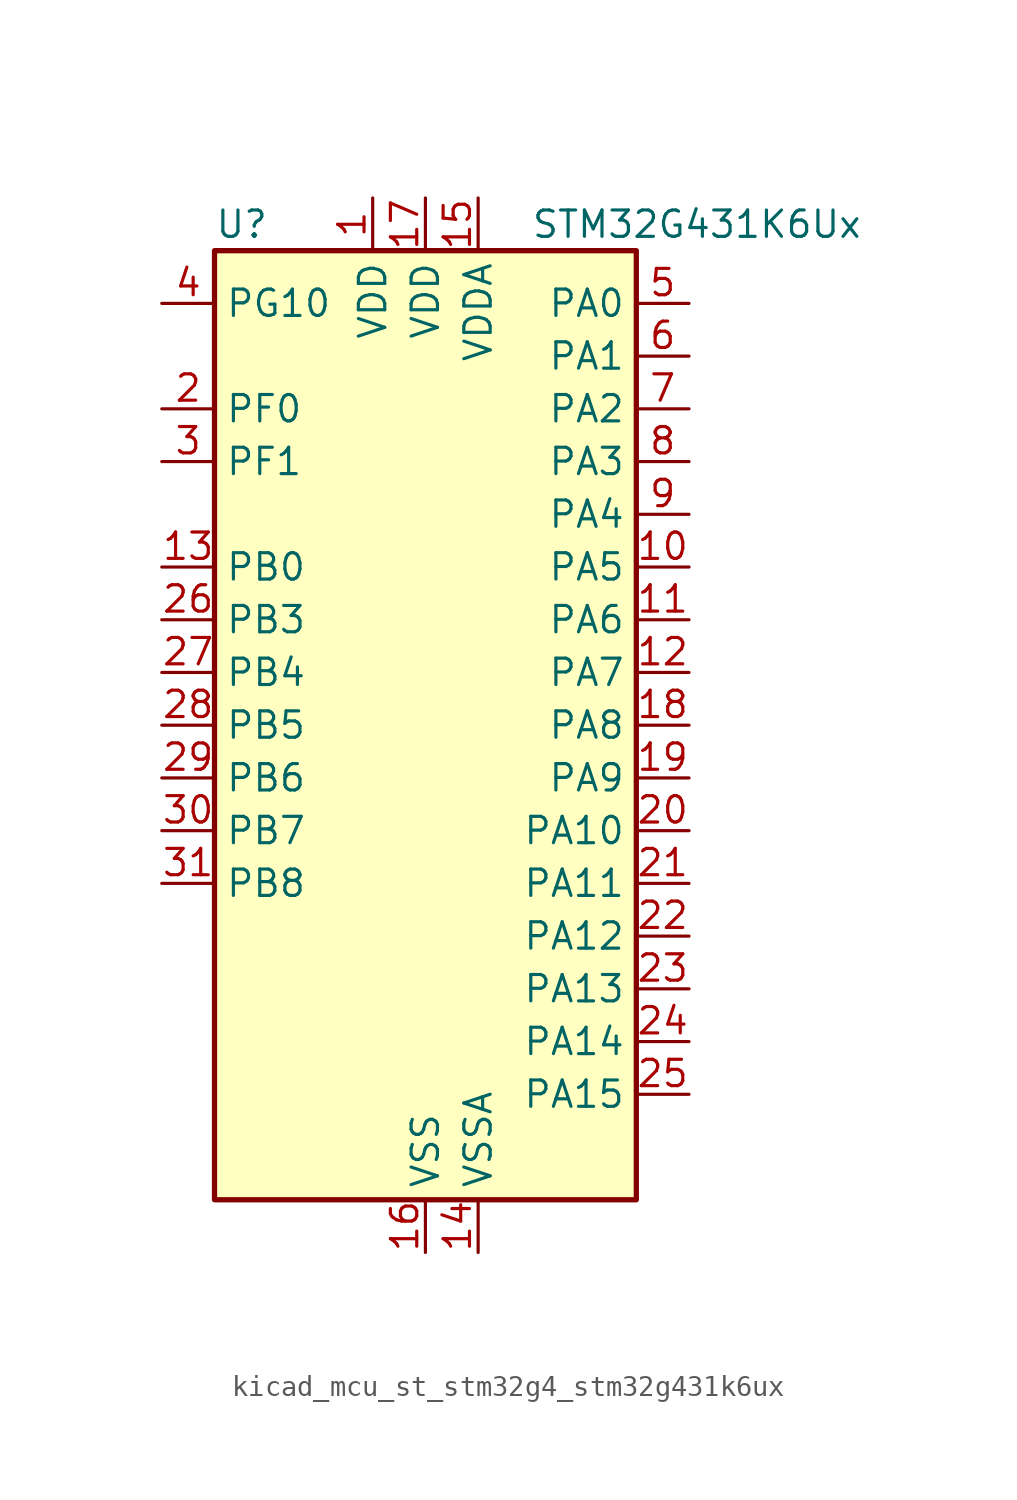
<source format=kicad_sym>
(kicad_symbol_lib
  (version 20220914)
  (generator kicad_symbol_editor)
  (symbol "kicad_mcu_st_stm32g4_stm32g431k6ux"
    (property "Reference" "U"
      (at -10.16 24.13 0)
      (effects (font (size 1.27 1.27)) (justify left)))
    (property "Value" "STM32G431K6Ux"
      (at 5.08 24.13 0)
      (effects (font (size 1.27 1.27)) (justify left)))
    (property "ki_locked" ""
      (at 0 0 0)
      (effects (font (size 1.27 1.27))))
    (symbol "kicad_mcu_st_stm32g4_stm32g431k6ux_0_1"
      (rectangle (start -10.16 -22.86) (end 10.16 22.86) (stroke (width 0.254) (type default)) (fill (type background))))
    (symbol "kicad_mcu_st_stm32g4_stm32g431k6ux_1_1"
      (pin power_in line (at -2.54 25.4 270) (length 2.54) (name "VDD" (effects (font (size 1.27 1.27)))) (number "1" (effects (font (size 1.27 1.27)))))
      (pin bidirectional line (at 12.7 7.62 180) (length 2.54) (name "PA5" (effects (font (size 1.27 1.27)))) (number "10" (effects (font (size 1.27 1.27)))) (alternate "ADC2_IN13" bidirectional line) (alternate "COMP2_INM" bidirectional line) (alternate "DAC1_OUT2" bidirectional line) (alternate "OPAMP2_VINM" bidirectional line) (alternate "OPAMP2_VINM0" bidirectional line) (alternate "OPAMP2_VINM_SEC" bidirectional line) (alternate "SPI1_SCK" bidirectional line) (alternate "TIM2_CH1" bidirectional line) (alternate "TIM2_ETR" bidirectional line) (alternate "UCPD1_FRSTX1" bidirectional line) (alternate "UCPD1_FRSTX2" bidirectional line))
      (pin bidirectional line (at 12.7 5.08 180) (length 2.54) (name "PA6" (effects (font (size 1.27 1.27)))) (number "11" (effects (font (size 1.27 1.27)))) (alternate "ADC2_IN3" bidirectional line) (alternate "COMP1_OUT" bidirectional line) (alternate "LPUART1_CTS" bidirectional line) (alternate "OPAMP2_VOUT" bidirectional line) (alternate "SPI1_MISO" bidirectional line) (alternate "TIM16_CH1" bidirectional line) (alternate "TIM1_BKIN" bidirectional line) (alternate "TIM3_CH1" bidirectional line) (alternate "TIM8_BKIN" bidirectional line))
      (pin bidirectional line (at 12.7 2.54 180) (length 2.54) (name "PA7" (effects (font (size 1.27 1.27)))) (number "12" (effects (font (size 1.27 1.27)))) (alternate "ADC2_IN4" bidirectional line) (alternate "COMP2_INP" bidirectional line) (alternate "COMP2_OUT" bidirectional line) (alternate "OPAMP1_VINP" bidirectional line) (alternate "OPAMP1_VINP_SEC" bidirectional line) (alternate "OPAMP2_VINP" bidirectional line) (alternate "OPAMP2_VINP_SEC" bidirectional line) (alternate "SPI1_MOSI" bidirectional line) (alternate "TIM17_CH1" bidirectional line) (alternate "TIM1_CH1N" bidirectional line) (alternate "TIM3_CH2" bidirectional line) (alternate "TIM8_CH1N" bidirectional line) (alternate "UCPD1_FRSTX1" bidirectional line) (alternate "UCPD1_FRSTX2" bidirectional line))
      (pin bidirectional line (at -12.7 7.62 0) (length 2.54) (name "PB0" (effects (font (size 1.27 1.27)))) (number "13" (effects (font (size 1.27 1.27)))) (alternate "ADC1_IN15" bidirectional line) (alternate "COMP4_INP" bidirectional line) (alternate "OPAMP2_VINP" bidirectional line) (alternate "OPAMP2_VINP_SEC" bidirectional line) (alternate "OPAMP3_VINP" bidirectional line) (alternate "OPAMP3_VINP_SEC" bidirectional line) (alternate "TIM1_CH2N" bidirectional line) (alternate "TIM3_CH3" bidirectional line) (alternate "TIM8_CH2N" bidirectional line) (alternate "UCPD1_FRSTX1" bidirectional line) (alternate "UCPD1_FRSTX2" bidirectional line))
      (pin power_in line (at 2.54 -25.4 90) (length 2.54) (name "VSSA" (effects (font (size 1.27 1.27)))) (number "14" (effects (font (size 1.27 1.27)))))
      (pin power_in line (at 2.54 25.4 270) (length 2.54) (name "VDDA" (effects (font (size 1.27 1.27)))) (number "15" (effects (font (size 1.27 1.27)))))
      (pin power_in line (at 0 -25.4 90) (length 2.54) (name "VSS" (effects (font (size 1.27 1.27)))) (number "16" (effects (font (size 1.27 1.27)))))
      (pin power_in line (at 0 25.4 270) (length 2.54) (name "VDD" (effects (font (size 1.27 1.27)))) (number "17" (effects (font (size 1.27 1.27)))))
      (pin bidirectional line (at 12.7 0 180) (length 2.54) (name "PA8" (effects (font (size 1.27 1.27)))) (number "18" (effects (font (size 1.27 1.27)))) (alternate "I2C2_SDA" bidirectional line) (alternate "I2C3_SCL" bidirectional line) (alternate "I2S2_MCK" bidirectional line) (alternate "RCC_MCO" bidirectional line) (alternate "SAI1_CK2" bidirectional line) (alternate "SAI1_SCK_A" bidirectional line) (alternate "TIM1_CH1" bidirectional line) (alternate "TIM4_ETR" bidirectional line) (alternate "USART1_CK" bidirectional line))
      (pin bidirectional line (at 12.7 -2.54 180) (length 2.54) (name "PA9" (effects (font (size 1.27 1.27)))) (number "19" (effects (font (size 1.27 1.27)))) (alternate "DAC1_EXTI9" bidirectional line) (alternate "DAC3_EXTI9" bidirectional line) (alternate "I2C2_SCL" bidirectional line) (alternate "I2C3_SMBA" bidirectional line) (alternate "I2S3_MCK" bidirectional line) (alternate "SAI1_FS_A" bidirectional line) (alternate "TIM15_BKIN" bidirectional line) (alternate "TIM1_CH2" bidirectional line) (alternate "TIM2_CH3" bidirectional line) (alternate "UCPD1_DBCC1" bidirectional line) (alternate "USART1_TX" bidirectional line))
      (pin bidirectional line (at -12.7 15.24 0) (length 2.54) (name "PF0" (effects (font (size 1.27 1.27)))) (number "2" (effects (font (size 1.27 1.27)))) (alternate "ADC1_IN10" bidirectional line) (alternate "I2C2_SDA" bidirectional line) (alternate "I2S2_WS" bidirectional line) (alternate "RCC_OSC_IN" bidirectional line) (alternate "SPI2_NSS" bidirectional line) (alternate "TIM1_CH3N" bidirectional line))
      (pin bidirectional line (at 12.7 -5.08 180) (length 2.54) (name "PA10" (effects (font (size 1.27 1.27)))) (number "20" (effects (font (size 1.27 1.27)))) (alternate "CRS_SYNC" bidirectional line) (alternate "DAC1_EXTI10" bidirectional line) (alternate "DAC3_EXTI10" bidirectional line) (alternate "I2C2_SMBA" bidirectional line) (alternate "SAI1_D1" bidirectional line) (alternate "SAI1_SD_A" bidirectional line) (alternate "SPI2_MISO" bidirectional line) (alternate "TIM17_BKIN" bidirectional line) (alternate "TIM1_CH3" bidirectional line) (alternate "TIM2_CH4" bidirectional line) (alternate "TIM8_BKIN" bidirectional line) (alternate "UCPD1_DBCC2" bidirectional line) (alternate "USART1_RX" bidirectional line))
      (pin bidirectional line (at 12.7 -7.62 180) (length 2.54) (name "PA11" (effects (font (size 1.27 1.27)))) (number "21" (effects (font (size 1.27 1.27)))) (alternate "ADC1_EXTI11" bidirectional line) (alternate "ADC2_EXTI11" bidirectional line) (alternate "COMP1_OUT" bidirectional line) (alternate "FDCAN1_RX" bidirectional line) (alternate "I2S2_SD" bidirectional line) (alternate "SPI2_MOSI" bidirectional line) (alternate "TIM1_BKIN2" bidirectional line) (alternate "TIM1_CH1N" bidirectional line) (alternate "TIM1_CH4" bidirectional line) (alternate "TIM4_CH1" bidirectional line) (alternate "USART1_CTS" bidirectional line) (alternate "USART1_NSS" bidirectional line) (alternate "USB_DM" bidirectional line))
      (pin bidirectional line (at 12.7 -10.16 180) (length 2.54) (name "PA12" (effects (font (size 1.27 1.27)))) (number "22" (effects (font (size 1.27 1.27)))) (alternate "COMP2_OUT" bidirectional line) (alternate "FDCAN1_TX" bidirectional line) (alternate "I2S_CKIN" bidirectional line) (alternate "TIM16_CH1" bidirectional line) (alternate "TIM1_CH2N" bidirectional line) (alternate "TIM1_ETR" bidirectional line) (alternate "TIM4_CH2" bidirectional line) (alternate "USART1_DE" bidirectional line) (alternate "USART1_RTS" bidirectional line) (alternate "USB_DP" bidirectional line))
      (pin bidirectional line (at 12.7 -12.7 180) (length 2.54) (name "PA13" (effects (font (size 1.27 1.27)))) (number "23" (effects (font (size 1.27 1.27)))) (alternate "I2C1_SCL" bidirectional line) (alternate "IR_OUT" bidirectional line) (alternate "SAI1_SD_B" bidirectional line) (alternate "SYS_JTMS-SWDIO" bidirectional line) (alternate "TIM16_CH1N" bidirectional line) (alternate "TIM4_CH3" bidirectional line))
      (pin bidirectional line (at 12.7 -15.24 180) (length 2.54) (name "PA14" (effects (font (size 1.27 1.27)))) (number "24" (effects (font (size 1.27 1.27)))) (alternate "I2C1_SDA" bidirectional line) (alternate "LPTIM1_OUT" bidirectional line) (alternate "SAI1_FS_B" bidirectional line) (alternate "SYS_JTCK-SWCLK" bidirectional line) (alternate "TIM1_BKIN" bidirectional line) (alternate "TIM8_CH2" bidirectional line) (alternate "USART2_TX" bidirectional line))
      (pin bidirectional line (at 12.7 -17.78 180) (length 2.54) (name "PA15" (effects (font (size 1.27 1.27)))) (number "25" (effects (font (size 1.27 1.27)))) (alternate "ADC1_EXTI15" bidirectional line) (alternate "ADC2_EXTI15" bidirectional line) (alternate "I2C1_SCL" bidirectional line) (alternate "I2S3_WS" bidirectional line) (alternate "SPI1_NSS" bidirectional line) (alternate "SPI3_NSS" bidirectional line) (alternate "SYS_JTDI" bidirectional line) (alternate "TIM1_BKIN" bidirectional line) (alternate "TIM2_CH1" bidirectional line) (alternate "TIM2_ETR" bidirectional line) (alternate "TIM8_CH1" bidirectional line) (alternate "USART2_RX" bidirectional line))
      (pin bidirectional line (at -12.7 5.08 0) (length 2.54) (name "PB3" (effects (font (size 1.27 1.27)))) (number "26" (effects (font (size 1.27 1.27)))) (alternate "CRS_SYNC" bidirectional line) (alternate "I2S3_CK" bidirectional line) (alternate "SAI1_SCK_B" bidirectional line) (alternate "SPI1_SCK" bidirectional line) (alternate "SPI3_SCK" bidirectional line) (alternate "SYS_JTDO-SWO" bidirectional line) (alternate "TIM2_CH2" bidirectional line) (alternate "TIM3_ETR" bidirectional line) (alternate "TIM4_ETR" bidirectional line) (alternate "TIM8_CH1N" bidirectional line) (alternate "USART2_TX" bidirectional line))
      (pin bidirectional line (at -12.7 2.54 0) (length 2.54) (name "PB4" (effects (font (size 1.27 1.27)))) (number "27" (effects (font (size 1.27 1.27)))) (alternate "SAI1_MCLK_B" bidirectional line) (alternate "SPI1_MISO" bidirectional line) (alternate "SPI3_MISO" bidirectional line) (alternate "SYS_JTRST" bidirectional line) (alternate "TIM16_CH1" bidirectional line) (alternate "TIM17_BKIN" bidirectional line) (alternate "TIM3_CH1" bidirectional line) (alternate "TIM8_CH2N" bidirectional line) (alternate "UCPD1_CC2" bidirectional line) (alternate "USART2_RX" bidirectional line))
      (pin bidirectional line (at -12.7 0 0) (length 2.54) (name "PB5" (effects (font (size 1.27 1.27)))) (number "28" (effects (font (size 1.27 1.27)))) (alternate "I2C1_SMBA" bidirectional line) (alternate "I2C3_SDA" bidirectional line) (alternate "I2S3_SD" bidirectional line) (alternate "LPTIM1_IN1" bidirectional line) (alternate "SAI1_SD_B" bidirectional line) (alternate "SPI1_MOSI" bidirectional line) (alternate "SPI3_MOSI" bidirectional line) (alternate "TIM16_BKIN" bidirectional line) (alternate "TIM17_CH1" bidirectional line) (alternate "TIM3_CH2" bidirectional line) (alternate "TIM8_CH3N" bidirectional line) (alternate "USART2_CK" bidirectional line))
      (pin bidirectional line (at -12.7 -2.54 0) (length 2.54) (name "PB6" (effects (font (size 1.27 1.27)))) (number "29" (effects (font (size 1.27 1.27)))) (alternate "COMP4_OUT" bidirectional line) (alternate "LPTIM1_ETR" bidirectional line) (alternate "SAI1_FS_B" bidirectional line) (alternate "TIM16_CH1N" bidirectional line) (alternate "TIM4_CH1" bidirectional line) (alternate "TIM8_BKIN2" bidirectional line) (alternate "TIM8_CH1" bidirectional line) (alternate "TIM8_ETR" bidirectional line) (alternate "UCPD1_CC1" bidirectional line) (alternate "USART1_TX" bidirectional line))
      (pin bidirectional line (at -12.7 12.7 0) (length 2.54) (name "PF1" (effects (font (size 1.27 1.27)))) (number "3" (effects (font (size 1.27 1.27)))) (alternate "ADC2_IN10" bidirectional line) (alternate "COMP3_INM" bidirectional line) (alternate "I2S2_CK" bidirectional line) (alternate "RCC_OSC_OUT" bidirectional line) (alternate "SPI2_SCK" bidirectional line))
      (pin bidirectional line (at -12.7 -5.08 0) (length 2.54) (name "PB7" (effects (font (size 1.27 1.27)))) (number "30" (effects (font (size 1.27 1.27)))) (alternate "COMP3_OUT" bidirectional line) (alternate "I2C1_SDA" bidirectional line) (alternate "LPTIM1_IN2" bidirectional line) (alternate "SYS_PVD_IN" bidirectional line) (alternate "TIM17_CH1N" bidirectional line) (alternate "TIM3_CH4" bidirectional line) (alternate "TIM4_CH2" bidirectional line) (alternate "TIM8_BKIN" bidirectional line) (alternate "USART1_RX" bidirectional line))
      (pin bidirectional line (at -12.7 -7.62 0) (length 2.54) (name "PB8" (effects (font (size 1.27 1.27)))) (number "31" (effects (font (size 1.27 1.27)))) (alternate "COMP1_OUT" bidirectional line) (alternate "FDCAN1_RX" bidirectional line) (alternate "I2C1_SCL" bidirectional line) (alternate "SAI1_CK1" bidirectional line) (alternate "SAI1_MCLK_A" bidirectional line) (alternate "TIM16_CH1" bidirectional line) (alternate "TIM1_BKIN" bidirectional line) (alternate "TIM4_CH3" bidirectional line) (alternate "TIM8_CH2" bidirectional line))
      (pin passive line (at 0 -25.4 90) (length 2.54) hide (name "VSS" (effects (font (size 1.27 1.27)))) (number "32" (effects (font (size 1.27 1.27)))))
      (pin passive line (at 0 -25.4 90) (length 2.54) hide (name "VSS" (effects (font (size 1.27 1.27)))) (number "33" (effects (font (size 1.27 1.27)))))
      (pin bidirectional line (at -12.7 20.32 0) (length 2.54) (name "PG10" (effects (font (size 1.27 1.27)))) (number "4" (effects (font (size 1.27 1.27)))) (alternate "DAC1_EXTI10" bidirectional line) (alternate "DAC3_EXTI10" bidirectional line) (alternate "RCC_MCO" bidirectional line))
      (pin bidirectional line (at 12.7 20.32 180) (length 2.54) (name "PA0" (effects (font (size 1.27 1.27)))) (number "5" (effects (font (size 1.27 1.27)))) (alternate "ADC1_IN1" bidirectional line) (alternate "ADC2_IN1" bidirectional line) (alternate "COMP1_INM" bidirectional line) (alternate "COMP1_OUT" bidirectional line) (alternate "COMP3_INP" bidirectional line) (alternate "RTC_TAMP2" bidirectional line) (alternate "SYS_WKUP1" bidirectional line) (alternate "TIM2_CH1" bidirectional line) (alternate "TIM2_ETR" bidirectional line) (alternate "TIM8_BKIN" bidirectional line) (alternate "TIM8_ETR" bidirectional line) (alternate "USART2_CTS" bidirectional line) (alternate "USART2_NSS" bidirectional line))
      (pin bidirectional line (at 12.7 17.78 180) (length 2.54) (name "PA1" (effects (font (size 1.27 1.27)))) (number "6" (effects (font (size 1.27 1.27)))) (alternate "ADC1_IN2" bidirectional line) (alternate "ADC2_IN2" bidirectional line) (alternate "COMP1_INP" bidirectional line) (alternate "OPAMP1_VINP" bidirectional line) (alternate "OPAMP1_VINP_SEC" bidirectional line) (alternate "OPAMP3_VINP" bidirectional line) (alternate "OPAMP3_VINP_SEC" bidirectional line) (alternate "RTC_REFIN" bidirectional line) (alternate "TIM15_CH1N" bidirectional line) (alternate "TIM2_CH2" bidirectional line) (alternate "USART2_DE" bidirectional line) (alternate "USART2_RTS" bidirectional line))
      (pin bidirectional line (at 12.7 15.24 180) (length 2.54) (name "PA2" (effects (font (size 1.27 1.27)))) (number "7" (effects (font (size 1.27 1.27)))) (alternate "ADC1_IN3" bidirectional line) (alternate "COMP2_INM" bidirectional line) (alternate "COMP2_OUT" bidirectional line) (alternate "LPUART1_TX" bidirectional line) (alternate "OPAMP1_VOUT" bidirectional line) (alternate "RCC_LSCO" bidirectional line) (alternate "SYS_WKUP4" bidirectional line) (alternate "TIM15_CH1" bidirectional line) (alternate "TIM2_CH3" bidirectional line) (alternate "UCPD1_FRSTX1" bidirectional line) (alternate "UCPD1_FRSTX2" bidirectional line) (alternate "USART2_TX" bidirectional line))
      (pin bidirectional line (at 12.7 12.7 180) (length 2.54) (name "PA3" (effects (font (size 1.27 1.27)))) (number "8" (effects (font (size 1.27 1.27)))) (alternate "ADC1_IN4" bidirectional line) (alternate "COMP2_INP" bidirectional line) (alternate "LPUART1_RX" bidirectional line) (alternate "OPAMP1_VINM" bidirectional line) (alternate "OPAMP1_VINM0" bidirectional line) (alternate "OPAMP1_VINM_SEC" bidirectional line) (alternate "OPAMP1_VINP" bidirectional line) (alternate "OPAMP1_VINP_SEC" bidirectional line) (alternate "SAI1_CK1" bidirectional line) (alternate "SAI1_MCLK_A" bidirectional line) (alternate "TIM15_CH2" bidirectional line) (alternate "TIM2_CH4" bidirectional line) (alternate "USART2_RX" bidirectional line))
      (pin bidirectional line (at 12.7 10.16 180) (length 2.54) (name "PA4" (effects (font (size 1.27 1.27)))) (number "9" (effects (font (size 1.27 1.27)))) (alternate "ADC2_IN17" bidirectional line) (alternate "COMP1_INM" bidirectional line) (alternate "DAC1_OUT1" bidirectional line) (alternate "I2S3_WS" bidirectional line) (alternate "SAI1_FS_B" bidirectional line) (alternate "SPI1_NSS" bidirectional line) (alternate "SPI3_NSS" bidirectional line) (alternate "TIM3_CH2" bidirectional line) (alternate "USART2_CK" bidirectional line)))))
</source>
